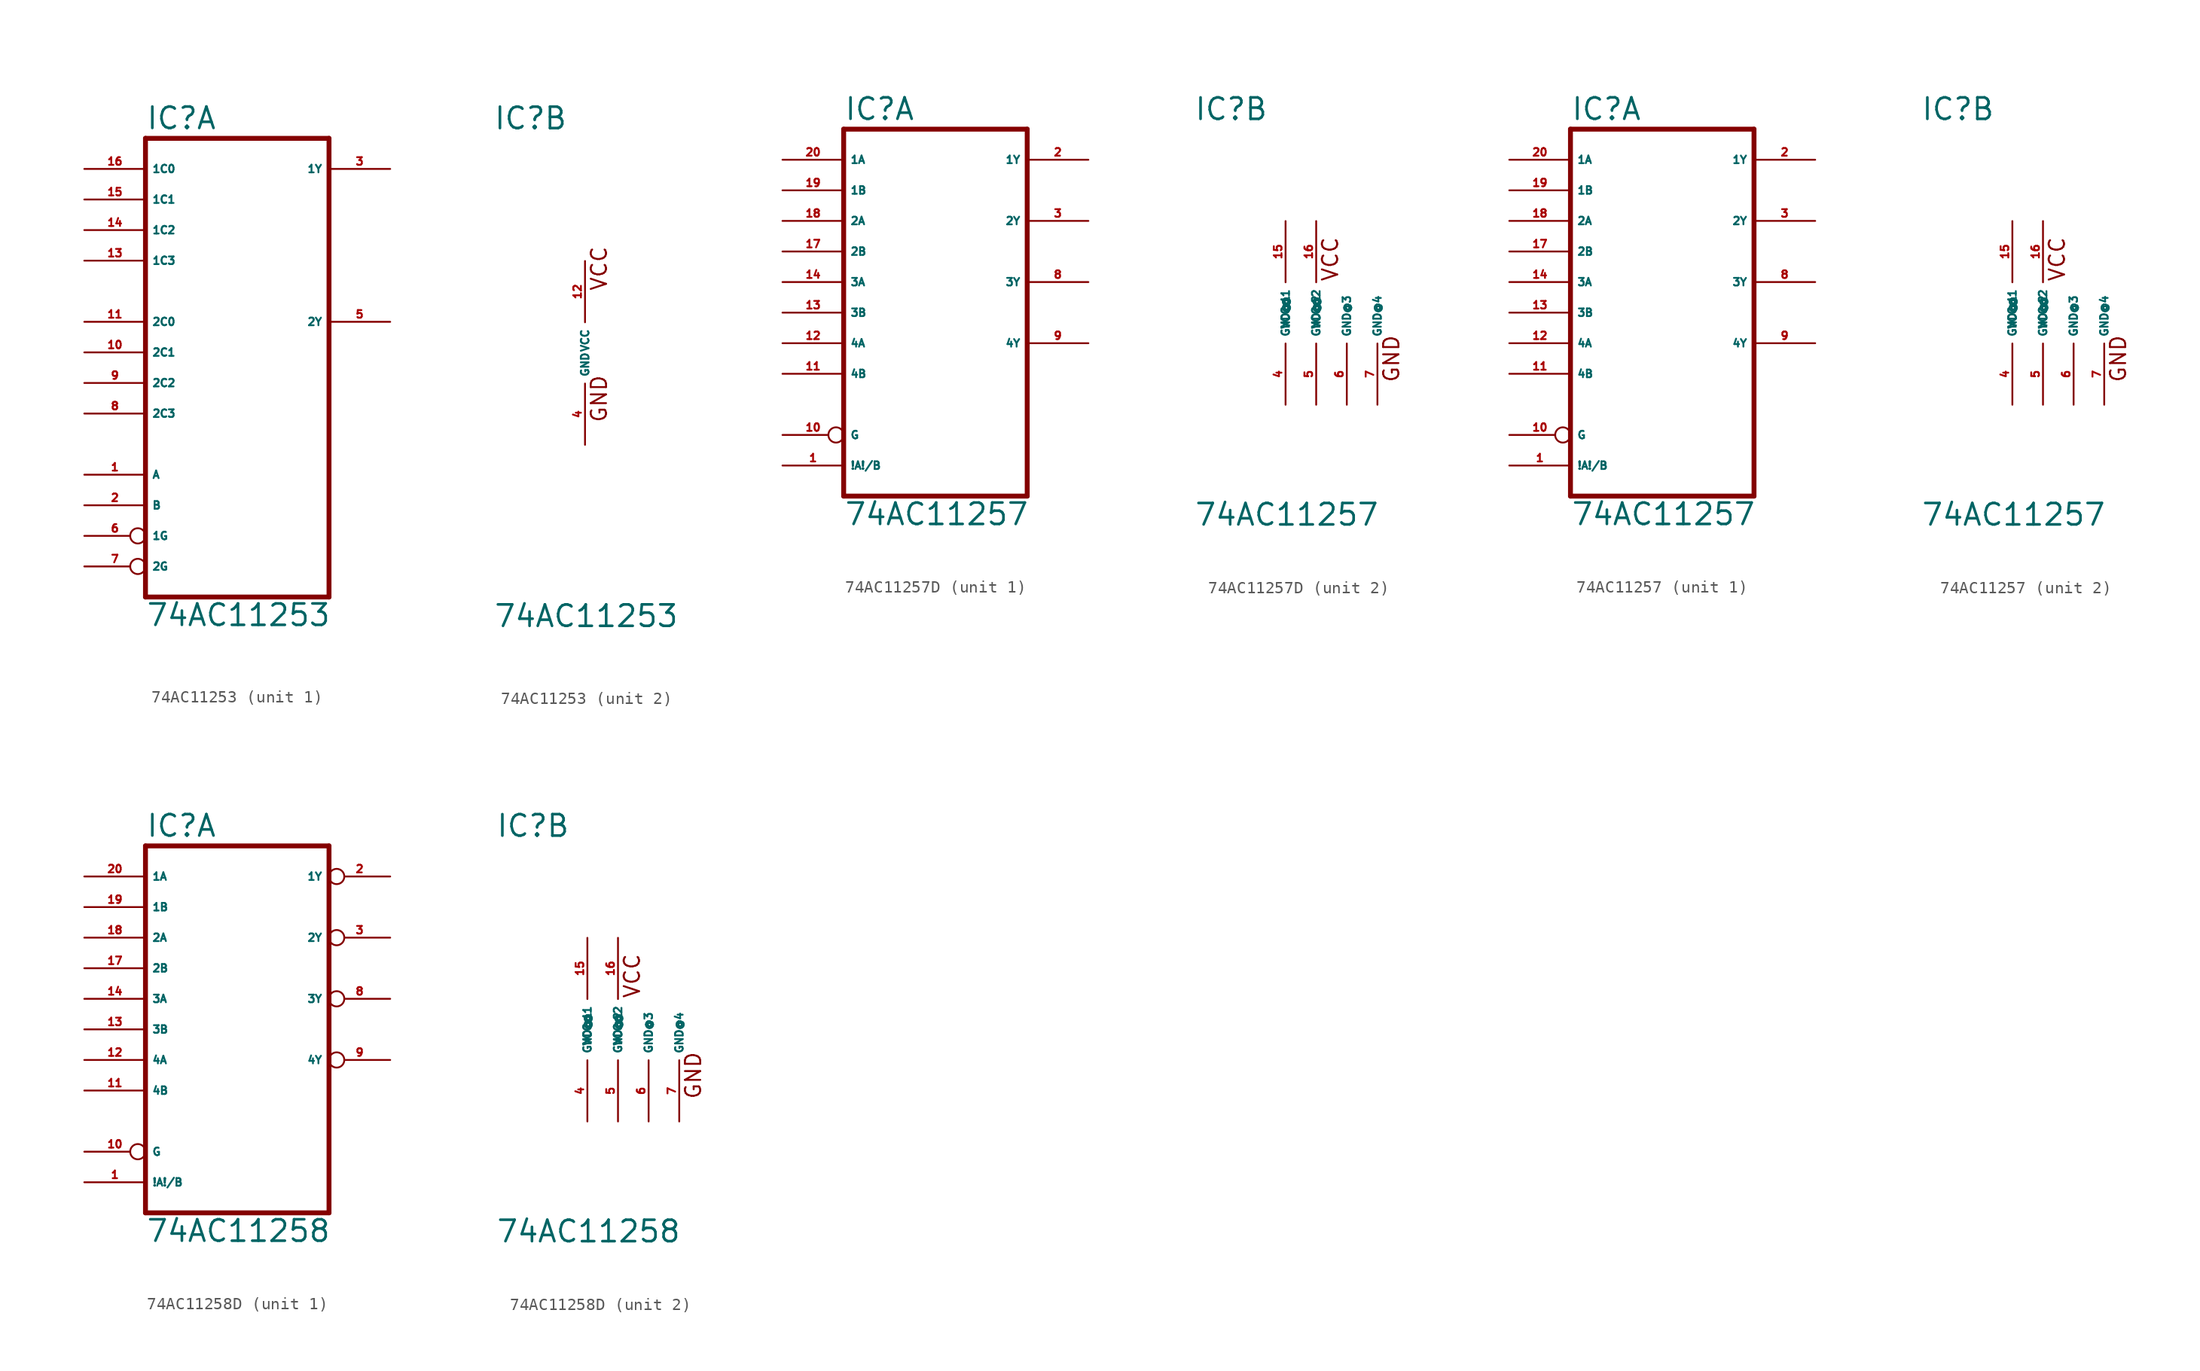
<source format=kicad_sym>
(kicad_symbol_lib
  (version 20220914)
  (generator Eagle2Kicad)
  (symbol "74AC11253"
    (property "Reference" "IC"
      (at -7.62 18.415 0)
      (effects (font (size 1.778 1.778) (thickness 0.22)) (justify left bottom)))
    (property "Value" "74AC11253"
      (at -7.62 -22.86 0)
      (effects (font (size 1.778 1.778) (thickness 0.22)) (justify left bottom)))
    (symbol "74AC11253_1_0"
      (polyline (pts (xy -7.62 -20.32) (xy 7.62 -20.32)) (stroke (width 0.406) (type default)) (fill (type none)))
      (polyline (pts (xy 7.62 -20.32) (xy 7.62 17.78)) (stroke (width 0.406) (type default)) (fill (type none)))
      (polyline (pts (xy 7.62 17.78) (xy -7.62 17.78)) (stroke (width 0.406) (type default)) (fill (type none)))
      (polyline (pts (xy -7.62 17.78) (xy -7.62 -20.32)) (stroke (width 0.406) (type default)) (fill (type none)))
      (pin input line (at -12.7 -10.16 0) (length 5.08) (name "A" (effects (font (size 0.635 0.635) (thickness 0.08)) (justify left bottom))) (number "1" (effects (font (size 0.635 0.635) (thickness 0.08)) (justify left bottom))))
      (pin input line (at -12.7 -12.7 0) (length 5.08) (name "B" (effects (font (size 0.635 0.635) (thickness 0.08)) (justify left bottom))) (number "2" (effects (font (size 0.635 0.635) (thickness 0.08)) (justify left bottom))))
      (pin tri_state line (at 12.7 15.24 180) (length 5.08) (name "1Y" (effects (font (size 0.635 0.635) (thickness 0.08)) (justify left bottom))) (number "3" (effects (font (size 0.635 0.635) (thickness 0.08)) (justify left bottom))))
      (pin tri_state line (at 12.7 2.54 180) (length 5.08) (name "2Y" (effects (font (size 0.635 0.635) (thickness 0.08)) (justify left bottom))) (number "5" (effects (font (size 0.635 0.635) (thickness 0.08)) (justify left bottom))))
      (pin input inverted (at -12.7 -15.24 0) (length 5.08) (name "1G" (effects (font (size 0.635 0.635) (thickness 0.08)) (justify left bottom))) (number "6" (effects (font (size 0.635 0.635) (thickness 0.08)) (justify left bottom))))
      (pin input inverted (at -12.7 -17.78 0) (length 5.08) (name "2G" (effects (font (size 0.635 0.635) (thickness 0.08)) (justify left bottom))) (number "7" (effects (font (size 0.635 0.635) (thickness 0.08)) (justify left bottom))))
      (pin input line (at -12.7 -5.08 0) (length 5.08) (name "2C3" (effects (font (size 0.635 0.635) (thickness 0.08)) (justify left bottom))) (number "8" (effects (font (size 0.635 0.635) (thickness 0.08)) (justify left bottom))))
      (pin input line (at -12.7 -2.54 0) (length 5.08) (name "2C2" (effects (font (size 0.635 0.635) (thickness 0.08)) (justify left bottom))) (number "9" (effects (font (size 0.635 0.635) (thickness 0.08)) (justify left bottom))))
      (pin input line (at -12.7 0 0) (length 5.08) (name "2C1" (effects (font (size 0.635 0.635) (thickness 0.08)) (justify left bottom))) (number "10" (effects (font (size 0.635 0.635) (thickness 0.08)) (justify left bottom))))
      (pin input line (at -12.7 2.54 0) (length 5.08) (name "2C0" (effects (font (size 0.635 0.635) (thickness 0.08)) (justify left bottom))) (number "11" (effects (font (size 0.635 0.635) (thickness 0.08)) (justify left bottom))))
      (pin input line (at -12.7 7.62 0) (length 5.08) (name "1C3" (effects (font (size 0.635 0.635) (thickness 0.08)) (justify left bottom))) (number "13" (effects (font (size 0.635 0.635) (thickness 0.08)) (justify left bottom))))
      (pin input line (at -12.7 10.16 0) (length 5.08) (name "1C2" (effects (font (size 0.635 0.635) (thickness 0.08)) (justify left bottom))) (number "14" (effects (font (size 0.635 0.635) (thickness 0.08)) (justify left bottom))))
      (pin input line (at -12.7 12.7 0) (length 5.08) (name "1C1" (effects (font (size 0.635 0.635) (thickness 0.08)) (justify left bottom))) (number "15" (effects (font (size 0.635 0.635) (thickness 0.08)) (justify left bottom))))
      (pin input line (at -12.7 15.24 0) (length 5.08) (name "1C0" (effects (font (size 0.635 0.635) (thickness 0.08)) (justify left bottom))) (number "16" (effects (font (size 0.635 0.635) (thickness 0.08)) (justify left bottom)))))
    (symbol "74AC11253_2_0"
      (text "GND" (at 1.905 -5.842 900) (effects (font (size 1.27 1.27) (thickness 0.16)) (justify left bottom)))
      (text "VCC" (at 1.905 5.08 900) (effects (font (size 1.27 1.27) (thickness 0.16)) (justify left bottom)))
      (pin unspecified line (at 0 -7.62 90) (length 5.08) (name "GND" (effects (font (size 0.635 0.635) (thickness 0.08)) (justify left bottom))) (number "4" (effects (font (size 0.635 0.635) (thickness 0.08)) (justify left bottom))))
      (pin unspecified line (at 0 7.62 270) (length 5.08) (name "VCC" (effects (font (size 0.635 0.635) (thickness 0.08)) (justify left bottom))) (number "12" (effects (font (size 0.635 0.635) (thickness 0.08)) (justify left bottom))))))
  (symbol "74AC11257D"
    (property "Reference" "IC"
      (at -7.62 15.875 0)
      (effects (font (size 1.778 1.778) (thickness 0.22)) (justify left bottom)))
    (property "Value" "74AC11257"
      (at -7.62 -17.78 0)
      (effects (font (size 1.778 1.778) (thickness 0.22)) (justify left bottom)))
    (symbol "74AC11257D_1_0"
      (polyline (pts (xy -7.62 -15.24) (xy 7.62 -15.24)) (stroke (width 0.406) (type default)) (fill (type none)))
      (polyline (pts (xy 7.62 -15.24) (xy 7.62 15.24)) (stroke (width 0.406) (type default)) (fill (type none)))
      (polyline (pts (xy 7.62 15.24) (xy -7.62 15.24)) (stroke (width 0.406) (type default)) (fill (type none)))
      (polyline (pts (xy -7.62 15.24) (xy -7.62 -15.24)) (stroke (width 0.406) (type default)) (fill (type none)))
      (pin input line (at -12.7 -12.7 0) (length 5.08) (name "!A!/B" (effects (font (size 0.635 0.635) (thickness 0.08)) (justify left bottom))) (number "1" (effects (font (size 0.635 0.635) (thickness 0.08)) (justify left bottom))))
      (pin tri_state line (at 12.7 12.7 180) (length 5.08) (name "1Y" (effects (font (size 0.635 0.635) (thickness 0.08)) (justify left bottom))) (number "2" (effects (font (size 0.635 0.635) (thickness 0.08)) (justify left bottom))))
      (pin tri_state line (at 12.7 7.62 180) (length 5.08) (name "2Y" (effects (font (size 0.635 0.635) (thickness 0.08)) (justify left bottom))) (number "3" (effects (font (size 0.635 0.635) (thickness 0.08)) (justify left bottom))))
      (pin tri_state line (at 12.7 2.54 180) (length 5.08) (name "3Y" (effects (font (size 0.635 0.635) (thickness 0.08)) (justify left bottom))) (number "8" (effects (font (size 0.635 0.635) (thickness 0.08)) (justify left bottom))))
      (pin tri_state line (at 12.7 -2.54 180) (length 5.08) (name "4Y" (effects (font (size 0.635 0.635) (thickness 0.08)) (justify left bottom))) (number "9" (effects (font (size 0.635 0.635) (thickness 0.08)) (justify left bottom))))
      (pin input inverted (at -12.7 -10.16 0) (length 5.08) (name "G" (effects (font (size 0.635 0.635) (thickness 0.08)) (justify left bottom))) (number "10" (effects (font (size 0.635 0.635) (thickness 0.08)) (justify left bottom))))
      (pin input line (at -12.7 -5.08 0) (length 5.08) (name "4B" (effects (font (size 0.635 0.635) (thickness 0.08)) (justify left bottom))) (number "11" (effects (font (size 0.635 0.635) (thickness 0.08)) (justify left bottom))))
      (pin input line (at -12.7 -2.54 0) (length 5.08) (name "4A" (effects (font (size 0.635 0.635) (thickness 0.08)) (justify left bottom))) (number "12" (effects (font (size 0.635 0.635) (thickness 0.08)) (justify left bottom))))
      (pin input line (at -12.7 0 0) (length 5.08) (name "3B" (effects (font (size 0.635 0.635) (thickness 0.08)) (justify left bottom))) (number "13" (effects (font (size 0.635 0.635) (thickness 0.08)) (justify left bottom))))
      (pin input line (at -12.7 2.54 0) (length 5.08) (name "3A" (effects (font (size 0.635 0.635) (thickness 0.08)) (justify left bottom))) (number "14" (effects (font (size 0.635 0.635) (thickness 0.08)) (justify left bottom))))
      (pin input line (at -12.7 5.08 0) (length 5.08) (name "2B" (effects (font (size 0.635 0.635) (thickness 0.08)) (justify left bottom))) (number "17" (effects (font (size 0.635 0.635) (thickness 0.08)) (justify left bottom))))
      (pin input line (at -12.7 7.62 0) (length 5.08) (name "2A" (effects (font (size 0.635 0.635) (thickness 0.08)) (justify left bottom))) (number "18" (effects (font (size 0.635 0.635) (thickness 0.08)) (justify left bottom))))
      (pin input line (at -12.7 10.16 0) (length 5.08) (name "1B" (effects (font (size 0.635 0.635) (thickness 0.08)) (justify left bottom))) (number "19" (effects (font (size 0.635 0.635) (thickness 0.08)) (justify left bottom))))
      (pin input line (at -12.7 12.7 0) (length 5.08) (name "1A" (effects (font (size 0.635 0.635) (thickness 0.08)) (justify left bottom))) (number "20" (effects (font (size 0.635 0.635) (thickness 0.08)) (justify left bottom)))))
    (symbol "74AC11257D_2_0"
      (text "VCC" (at 4.445 2.54 900) (effects (font (size 1.27 1.27) (thickness 0.16)) (justify left bottom)))
      (text "GND" (at 9.525 -5.842 900) (effects (font (size 1.27 1.27) (thickness 0.16)) (justify left bottom)))
      (pin unspecified line (at 0 -7.62 90) (length 5.08) (name "GND@1" (effects (font (size 0.635 0.635) (thickness 0.08)) (justify left bottom))) (number "4" (effects (font (size 0.635 0.635) (thickness 0.08)) (justify left bottom))))
      (pin unspecified line (at 2.54 -7.62 90) (length 5.08) (name "GND@2" (effects (font (size 0.635 0.635) (thickness 0.08)) (justify left bottom))) (number "5" (effects (font (size 0.635 0.635) (thickness 0.08)) (justify left bottom))))
      (pin unspecified line (at 5.08 -7.62 90) (length 5.08) (name "GND@3" (effects (font (size 0.635 0.635) (thickness 0.08)) (justify left bottom))) (number "6" (effects (font (size 0.635 0.635) (thickness 0.08)) (justify left bottom))))
      (pin unspecified line (at 7.62 -7.62 90) (length 5.08) (name "GND@4" (effects (font (size 0.635 0.635) (thickness 0.08)) (justify left bottom))) (number "7" (effects (font (size 0.635 0.635) (thickness 0.08)) (justify left bottom))))
      (pin unspecified line (at 0 7.62 270) (length 5.08) (name "VCC@1" (effects (font (size 0.635 0.635) (thickness 0.08)) (justify left bottom))) (number "15" (effects (font (size 0.635 0.635) (thickness 0.08)) (justify left bottom))))
      (pin unspecified line (at 2.54 7.62 270) (length 5.08) (name "VCC@2" (effects (font (size 0.635 0.635) (thickness 0.08)) (justify left bottom))) (number "16" (effects (font (size 0.635 0.635) (thickness 0.08)) (justify left bottom))))))
  (symbol "74AC11257"
    (property "Reference" "IC"
      (at -7.62 15.875 0)
      (effects (font (size 1.778 1.778) (thickness 0.22)) (justify left bottom)))
    (property "Value" "74AC11257"
      (at -7.62 -17.78 0)
      (effects (font (size 1.778 1.778) (thickness 0.22)) (justify left bottom)))
    (symbol "74AC11257_1_0"
      (polyline (pts (xy -7.62 -15.24) (xy 7.62 -15.24)) (stroke (width 0.406) (type default)) (fill (type none)))
      (polyline (pts (xy 7.62 -15.24) (xy 7.62 15.24)) (stroke (width 0.406) (type default)) (fill (type none)))
      (polyline (pts (xy 7.62 15.24) (xy -7.62 15.24)) (stroke (width 0.406) (type default)) (fill (type none)))
      (polyline (pts (xy -7.62 15.24) (xy -7.62 -15.24)) (stroke (width 0.406) (type default)) (fill (type none)))
      (pin input line (at -12.7 -12.7 0) (length 5.08) (name "!A!/B" (effects (font (size 0.635 0.635) (thickness 0.08)) (justify left bottom))) (number "1" (effects (font (size 0.635 0.635) (thickness 0.08)) (justify left bottom))))
      (pin tri_state line (at 12.7 12.7 180) (length 5.08) (name "1Y" (effects (font (size 0.635 0.635) (thickness 0.08)) (justify left bottom))) (number "2" (effects (font (size 0.635 0.635) (thickness 0.08)) (justify left bottom))))
      (pin tri_state line (at 12.7 7.62 180) (length 5.08) (name "2Y" (effects (font (size 0.635 0.635) (thickness 0.08)) (justify left bottom))) (number "3" (effects (font (size 0.635 0.635) (thickness 0.08)) (justify left bottom))))
      (pin tri_state line (at 12.7 2.54 180) (length 5.08) (name "3Y" (effects (font (size 0.635 0.635) (thickness 0.08)) (justify left bottom))) (number "8" (effects (font (size 0.635 0.635) (thickness 0.08)) (justify left bottom))))
      (pin tri_state line (at 12.7 -2.54 180) (length 5.08) (name "4Y" (effects (font (size 0.635 0.635) (thickness 0.08)) (justify left bottom))) (number "9" (effects (font (size 0.635 0.635) (thickness 0.08)) (justify left bottom))))
      (pin input inverted (at -12.7 -10.16 0) (length 5.08) (name "G" (effects (font (size 0.635 0.635) (thickness 0.08)) (justify left bottom))) (number "10" (effects (font (size 0.635 0.635) (thickness 0.08)) (justify left bottom))))
      (pin input line (at -12.7 -5.08 0) (length 5.08) (name "4B" (effects (font (size 0.635 0.635) (thickness 0.08)) (justify left bottom))) (number "11" (effects (font (size 0.635 0.635) (thickness 0.08)) (justify left bottom))))
      (pin input line (at -12.7 -2.54 0) (length 5.08) (name "4A" (effects (font (size 0.635 0.635) (thickness 0.08)) (justify left bottom))) (number "12" (effects (font (size 0.635 0.635) (thickness 0.08)) (justify left bottom))))
      (pin input line (at -12.7 0 0) (length 5.08) (name "3B" (effects (font (size 0.635 0.635) (thickness 0.08)) (justify left bottom))) (number "13" (effects (font (size 0.635 0.635) (thickness 0.08)) (justify left bottom))))
      (pin input line (at -12.7 2.54 0) (length 5.08) (name "3A" (effects (font (size 0.635 0.635) (thickness 0.08)) (justify left bottom))) (number "14" (effects (font (size 0.635 0.635) (thickness 0.08)) (justify left bottom))))
      (pin input line (at -12.7 5.08 0) (length 5.08) (name "2B" (effects (font (size 0.635 0.635) (thickness 0.08)) (justify left bottom))) (number "17" (effects (font (size 0.635 0.635) (thickness 0.08)) (justify left bottom))))
      (pin input line (at -12.7 7.62 0) (length 5.08) (name "2A" (effects (font (size 0.635 0.635) (thickness 0.08)) (justify left bottom))) (number "18" (effects (font (size 0.635 0.635) (thickness 0.08)) (justify left bottom))))
      (pin input line (at -12.7 10.16 0) (length 5.08) (name "1B" (effects (font (size 0.635 0.635) (thickness 0.08)) (justify left bottom))) (number "19" (effects (font (size 0.635 0.635) (thickness 0.08)) (justify left bottom))))
      (pin input line (at -12.7 12.7 0) (length 5.08) (name "1A" (effects (font (size 0.635 0.635) (thickness 0.08)) (justify left bottom))) (number "20" (effects (font (size 0.635 0.635) (thickness 0.08)) (justify left bottom)))))
    (symbol "74AC11257_2_0"
      (text "VCC" (at 4.445 2.54 900) (effects (font (size 1.27 1.27) (thickness 0.16)) (justify left bottom)))
      (text "GND" (at 9.525 -5.842 900) (effects (font (size 1.27 1.27) (thickness 0.16)) (justify left bottom)))
      (pin unspecified line (at 0 -7.62 90) (length 5.08) (name "GND@1" (effects (font (size 0.635 0.635) (thickness 0.08)) (justify left bottom))) (number "4" (effects (font (size 0.635 0.635) (thickness 0.08)) (justify left bottom))))
      (pin unspecified line (at 2.54 -7.62 90) (length 5.08) (name "GND@2" (effects (font (size 0.635 0.635) (thickness 0.08)) (justify left bottom))) (number "5" (effects (font (size 0.635 0.635) (thickness 0.08)) (justify left bottom))))
      (pin unspecified line (at 5.08 -7.62 90) (length 5.08) (name "GND@3" (effects (font (size 0.635 0.635) (thickness 0.08)) (justify left bottom))) (number "6" (effects (font (size 0.635 0.635) (thickness 0.08)) (justify left bottom))))
      (pin unspecified line (at 7.62 -7.62 90) (length 5.08) (name "GND@4" (effects (font (size 0.635 0.635) (thickness 0.08)) (justify left bottom))) (number "7" (effects (font (size 0.635 0.635) (thickness 0.08)) (justify left bottom))))
      (pin unspecified line (at 0 7.62 270) (length 5.08) (name "VCC@1" (effects (font (size 0.635 0.635) (thickness 0.08)) (justify left bottom))) (number "15" (effects (font (size 0.635 0.635) (thickness 0.08)) (justify left bottom))))
      (pin unspecified line (at 2.54 7.62 270) (length 5.08) (name "VCC@2" (effects (font (size 0.635 0.635) (thickness 0.08)) (justify left bottom))) (number "16" (effects (font (size 0.635 0.635) (thickness 0.08)) (justify left bottom))))))
  (symbol "74AC11258D"
    (property "Reference" "IC"
      (at -7.62 15.875 0)
      (effects (font (size 1.778 1.778) (thickness 0.22)) (justify left bottom)))
    (property "Value" "74AC11258"
      (at -7.62 -17.78 0)
      (effects (font (size 1.778 1.778) (thickness 0.22)) (justify left bottom)))
    (symbol "74AC11258D_1_0"
      (polyline (pts (xy -7.62 -15.24) (xy 7.62 -15.24)) (stroke (width 0.406) (type default)) (fill (type none)))
      (polyline (pts (xy 7.62 -15.24) (xy 7.62 15.24)) (stroke (width 0.406) (type default)) (fill (type none)))
      (polyline (pts (xy 7.62 15.24) (xy -7.62 15.24)) (stroke (width 0.406) (type default)) (fill (type none)))
      (polyline (pts (xy -7.62 15.24) (xy -7.62 -15.24)) (stroke (width 0.406) (type default)) (fill (type none)))
      (pin input line (at -12.7 -12.7 0) (length 5.08) (name "!A!/B" (effects (font (size 0.635 0.635) (thickness 0.08)) (justify left bottom))) (number "1" (effects (font (size 0.635 0.635) (thickness 0.08)) (justify left bottom))))
      (pin tri_state inverted (at 12.7 12.7 180) (length 5.08) (name "1Y" (effects (font (size 0.635 0.635) (thickness 0.08)) (justify left bottom))) (number "2" (effects (font (size 0.635 0.635) (thickness 0.08)) (justify left bottom))))
      (pin tri_state inverted (at 12.7 7.62 180) (length 5.08) (name "2Y" (effects (font (size 0.635 0.635) (thickness 0.08)) (justify left bottom))) (number "3" (effects (font (size 0.635 0.635) (thickness 0.08)) (justify left bottom))))
      (pin tri_state inverted (at 12.7 2.54 180) (length 5.08) (name "3Y" (effects (font (size 0.635 0.635) (thickness 0.08)) (justify left bottom))) (number "8" (effects (font (size 0.635 0.635) (thickness 0.08)) (justify left bottom))))
      (pin tri_state inverted (at 12.7 -2.54 180) (length 5.08) (name "4Y" (effects (font (size 0.635 0.635) (thickness 0.08)) (justify left bottom))) (number "9" (effects (font (size 0.635 0.635) (thickness 0.08)) (justify left bottom))))
      (pin input inverted (at -12.7 -10.16 0) (length 5.08) (name "G" (effects (font (size 0.635 0.635) (thickness 0.08)) (justify left bottom))) (number "10" (effects (font (size 0.635 0.635) (thickness 0.08)) (justify left bottom))))
      (pin input line (at -12.7 -5.08 0) (length 5.08) (name "4B" (effects (font (size 0.635 0.635) (thickness 0.08)) (justify left bottom))) (number "11" (effects (font (size 0.635 0.635) (thickness 0.08)) (justify left bottom))))
      (pin input line (at -12.7 -2.54 0) (length 5.08) (name "4A" (effects (font (size 0.635 0.635) (thickness 0.08)) (justify left bottom))) (number "12" (effects (font (size 0.635 0.635) (thickness 0.08)) (justify left bottom))))
      (pin input line (at -12.7 0 0) (length 5.08) (name "3B" (effects (font (size 0.635 0.635) (thickness 0.08)) (justify left bottom))) (number "13" (effects (font (size 0.635 0.635) (thickness 0.08)) (justify left bottom))))
      (pin input line (at -12.7 2.54 0) (length 5.08) (name "3A" (effects (font (size 0.635 0.635) (thickness 0.08)) (justify left bottom))) (number "14" (effects (font (size 0.635 0.635) (thickness 0.08)) (justify left bottom))))
      (pin input line (at -12.7 5.08 0) (length 5.08) (name "2B" (effects (font (size 0.635 0.635) (thickness 0.08)) (justify left bottom))) (number "17" (effects (font (size 0.635 0.635) (thickness 0.08)) (justify left bottom))))
      (pin input line (at -12.7 7.62 0) (length 5.08) (name "2A" (effects (font (size 0.635 0.635) (thickness 0.08)) (justify left bottom))) (number "18" (effects (font (size 0.635 0.635) (thickness 0.08)) (justify left bottom))))
      (pin input line (at -12.7 10.16 0) (length 5.08) (name "1B" (effects (font (size 0.635 0.635) (thickness 0.08)) (justify left bottom))) (number "19" (effects (font (size 0.635 0.635) (thickness 0.08)) (justify left bottom))))
      (pin input line (at -12.7 12.7 0) (length 5.08) (name "1A" (effects (font (size 0.635 0.635) (thickness 0.08)) (justify left bottom))) (number "20" (effects (font (size 0.635 0.635) (thickness 0.08)) (justify left bottom)))))
    (symbol "74AC11258D_2_0"
      (text "VCC" (at 4.445 2.54 900) (effects (font (size 1.27 1.27) (thickness 0.16)) (justify left bottom)))
      (text "GND" (at 9.525 -5.842 900) (effects (font (size 1.27 1.27) (thickness 0.16)) (justify left bottom)))
      (pin unspecified line (at 0 -7.62 90) (length 5.08) (name "GND@1" (effects (font (size 0.635 0.635) (thickness 0.08)) (justify left bottom))) (number "4" (effects (font (size 0.635 0.635) (thickness 0.08)) (justify left bottom))))
      (pin unspecified line (at 2.54 -7.62 90) (length 5.08) (name "GND@2" (effects (font (size 0.635 0.635) (thickness 0.08)) (justify left bottom))) (number "5" (effects (font (size 0.635 0.635) (thickness 0.08)) (justify left bottom))))
      (pin unspecified line (at 5.08 -7.62 90) (length 5.08) (name "GND@3" (effects (font (size 0.635 0.635) (thickness 0.08)) (justify left bottom))) (number "6" (effects (font (size 0.635 0.635) (thickness 0.08)) (justify left bottom))))
      (pin unspecified line (at 7.62 -7.62 90) (length 5.08) (name "GND@4" (effects (font (size 0.635 0.635) (thickness 0.08)) (justify left bottom))) (number "7" (effects (font (size 0.635 0.635) (thickness 0.08)) (justify left bottom))))
      (pin unspecified line (at 0 7.62 270) (length 5.08) (name "VCC@1" (effects (font (size 0.635 0.635) (thickness 0.08)) (justify left bottom))) (number "15" (effects (font (size 0.635 0.635) (thickness 0.08)) (justify left bottom))))
      (pin unspecified line (at 2.54 7.62 270) (length 5.08) (name "VCC@2" (effects (font (size 0.635 0.635) (thickness 0.08)) (justify left bottom))) (number "16" (effects (font (size 0.635 0.635) (thickness 0.08)) (justify left bottom)))))))
</source>
